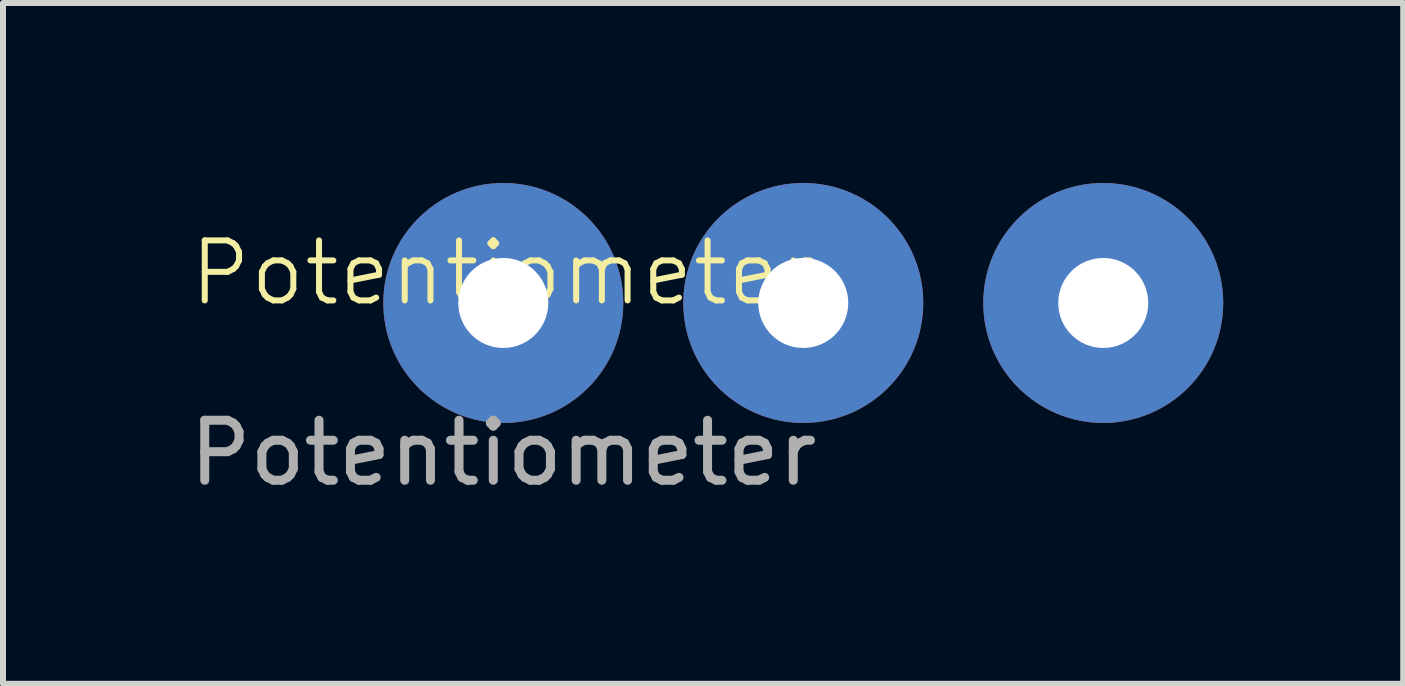
<source format=kicad_pcb>
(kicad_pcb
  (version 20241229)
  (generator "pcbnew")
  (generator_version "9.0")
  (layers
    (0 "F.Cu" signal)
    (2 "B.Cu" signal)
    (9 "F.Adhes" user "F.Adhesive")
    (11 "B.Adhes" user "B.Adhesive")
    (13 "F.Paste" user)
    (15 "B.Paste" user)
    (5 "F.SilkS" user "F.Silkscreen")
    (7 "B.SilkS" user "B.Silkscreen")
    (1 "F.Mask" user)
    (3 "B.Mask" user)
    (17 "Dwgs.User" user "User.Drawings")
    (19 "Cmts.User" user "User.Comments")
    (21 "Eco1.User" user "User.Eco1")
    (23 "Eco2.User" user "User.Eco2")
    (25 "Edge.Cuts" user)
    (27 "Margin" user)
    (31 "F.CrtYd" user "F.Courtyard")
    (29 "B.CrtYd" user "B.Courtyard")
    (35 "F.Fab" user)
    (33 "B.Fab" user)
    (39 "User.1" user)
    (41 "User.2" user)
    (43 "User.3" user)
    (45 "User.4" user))
  (footprint "Potentiometer"
    (layer "F.Cu")
    (at 5.339 2)
    (property "Reference" "Potentiometer" (at 0 -0.5 0) (unlocked yes) (layer "F.SilkS") (effects (font (size 1 1) (thickness 0.1))))
    (attr through_hole)
    (fp_text user "${REFERENCE}" (at 0 2.5 0) (unlocked yes) (layer "F.Fab") (effects (font (size 1 1) (thickness 0.15))))
    (pad "1" thru_hole circle (at 0 0) (size 4 4) (drill 1.5) (layers "*.Cu" "*.Mask"))
    (pad "2" thru_hole circle (at 5 0) (size 4 4) (drill 1.5) (layers "*.Cu" "*.Mask"))
    (pad "3" thru_hole circle (at 10 0) (size 4 4) (drill 1.5) (layers "*.Cu" "*.Mask")))
  (gr_rect
    (start -3 -3)
    (end 20.339 8.348)
    (stroke (width 0.1) (type default))
    (fill no)
    (layer "Edge.Cuts")))
</source>
